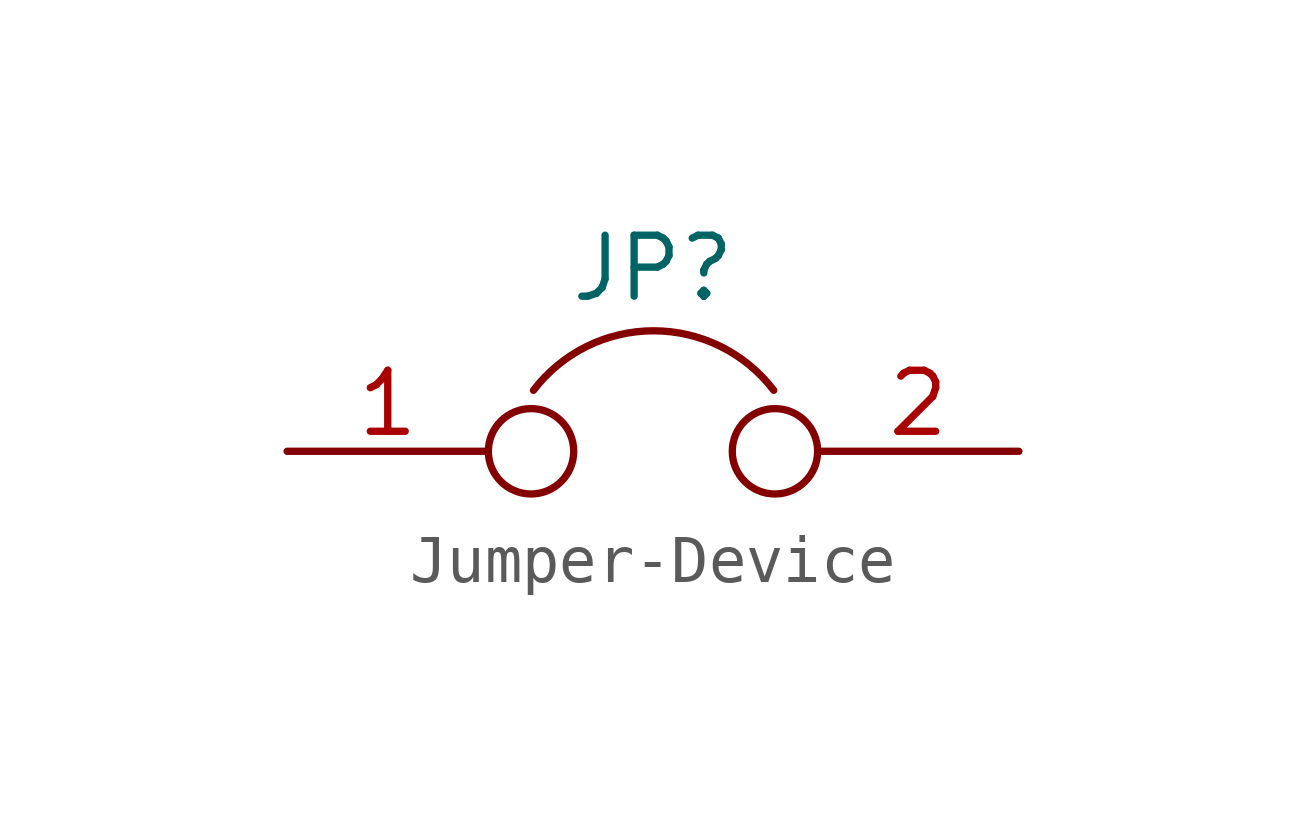
<source format=kicad_sym>
(kicad_symbol_lib
  (version 20220914)
  (generator kicad_symbol_editor)
  (symbol "Jumper-Device"
    (pin_names
      (offset 0.762) hide)
    (property "Reference" "JP"
      (at 0 3.81 0)
      (effects (font (size 1.27 1.27))))
    (symbol "Jumper-Device_0_1"
      (circle (center -2.54 0) (radius 0.889) (stroke (width 0) (type solid)) (fill (type none)))
      (arc (start 2.5146 1.27) (mid 0.0078 2.5097) (end -2.4892 1.27) (stroke (width 0) (type solid)) (fill (type none)))
      (circle (center 2.54 0) (radius 0.889) (stroke (width 0) (type solid)) (fill (type none)))
      (pin passive line (at -7.62 0 0) (length 4.191) (name "1" (effects (font (size 1.27 1.27)))) (number "1" (effects (font (size 1.27 1.27)))))
      (pin passive line (at 7.62 0 180) (length 4.191) (name "2" (effects (font (size 1.27 1.27)))) (number "2" (effects (font (size 1.27 1.27))))))))
</source>
